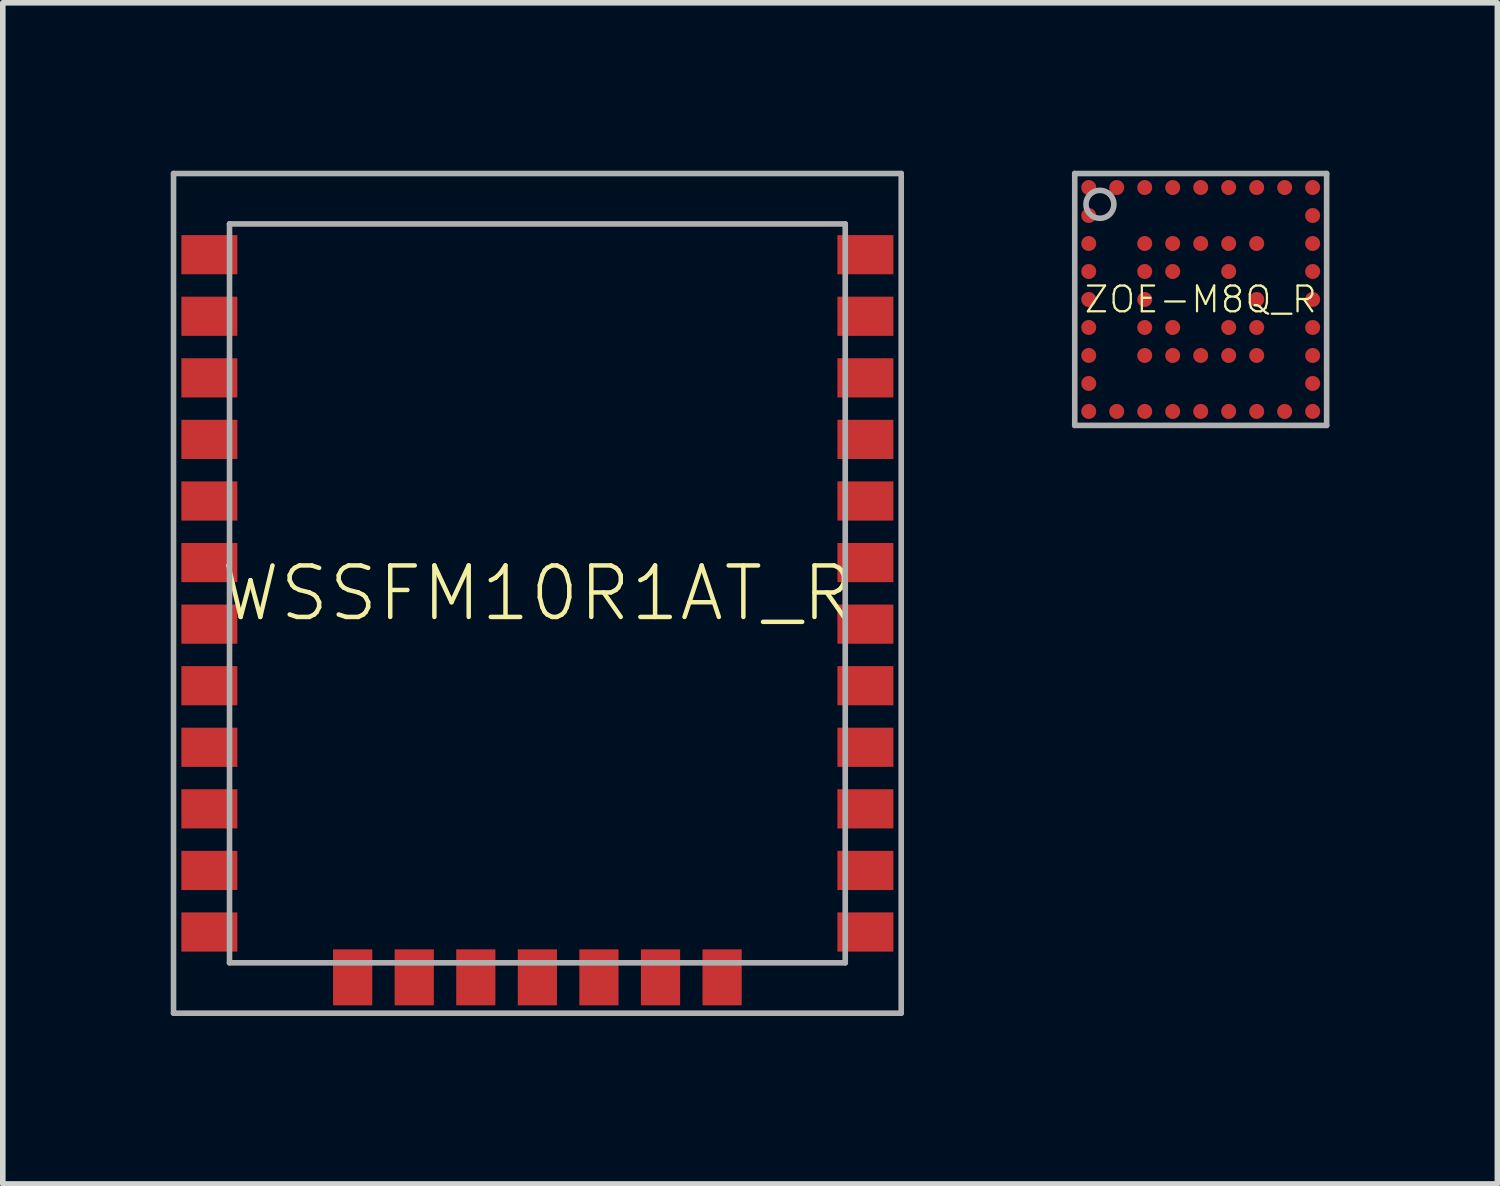
<source format=kicad_pcb>
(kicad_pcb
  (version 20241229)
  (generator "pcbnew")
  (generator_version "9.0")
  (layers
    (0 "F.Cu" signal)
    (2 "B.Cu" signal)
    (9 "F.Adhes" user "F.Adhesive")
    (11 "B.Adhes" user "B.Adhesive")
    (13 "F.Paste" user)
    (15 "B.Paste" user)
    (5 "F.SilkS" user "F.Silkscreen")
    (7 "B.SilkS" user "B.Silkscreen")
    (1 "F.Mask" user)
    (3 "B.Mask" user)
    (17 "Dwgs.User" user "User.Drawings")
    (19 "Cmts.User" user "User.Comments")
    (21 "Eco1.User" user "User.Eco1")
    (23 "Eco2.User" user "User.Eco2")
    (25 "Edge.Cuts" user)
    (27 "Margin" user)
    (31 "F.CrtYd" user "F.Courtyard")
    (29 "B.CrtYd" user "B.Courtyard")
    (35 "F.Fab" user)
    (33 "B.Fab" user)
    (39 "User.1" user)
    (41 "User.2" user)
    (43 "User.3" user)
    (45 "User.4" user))
  (footprint "ZOE-M8Q_R"
    (layer "F.Cu")
    (at 18.4 2.3)
    (property "Reference" "ZOE-M8Q_R" (at 0 0 0) (unlocked yes) (layer "F.SilkS") (effects (font (size 0.46 0.46) (thickness 0.04))))
    (fp_circle (center -2 -2) (end -1.907 -2) (stroke (width 0.185) (type solid)) (fill yes) (layer "F.Mask"))
    (fp_circle (center -2 -1.5) (end -1.907 -1.5) (stroke (width 0.185) (type solid)) (fill yes) (layer "F.Mask"))
    (fp_circle (center -2 -1) (end -1.907 -1) (stroke (width 0.185) (type solid)) (fill yes) (layer "F.Mask"))
    (fp_circle (center -2 -0.5) (end -1.907 -0.5) (stroke (width 0.185) (type solid)) (fill yes) (layer "F.Mask"))
    (fp_circle (center -2 0) (end -1.907 0) (stroke (width 0.185) (type solid)) (fill yes) (layer "F.Mask"))
    (fp_circle (center -2 0.5) (end -1.907 0.5) (stroke (width 0.185) (type solid)) (fill yes) (layer "F.Mask"))
    (fp_circle (center -2 1) (end -1.907 1) (stroke (width 0.185) (type solid)) (fill yes) (layer "F.Mask"))
    (fp_circle (center -2 1.5) (end -1.907 1.5) (stroke (width 0.185) (type solid)) (fill yes) (layer "F.Mask"))
    (fp_circle (center -2 2) (end -1.907 2) (stroke (width 0.185) (type solid)) (fill yes) (layer "F.Mask"))
    (fp_circle (center -1.5 -2) (end -1.407 -2) (stroke (width 0.185) (type solid)) (fill yes) (layer "F.Mask"))
    (fp_circle (center -1.5 2) (end -1.407 2) (stroke (width 0.185) (type solid)) (fill yes) (layer "F.Mask"))
    (fp_circle (center -1 -2) (end -0.907 -2) (stroke (width 0.185) (type solid)) (fill yes) (layer "F.Mask"))
    (fp_circle (center -1 -1) (end -0.907 -1) (stroke (width 0.185) (type solid)) (fill yes) (layer "F.Mask"))
    (fp_circle (center -1 -0.5) (end -0.907 -0.5) (stroke (width 0.185) (type solid)) (fill yes) (layer "F.Mask"))
    (fp_circle (center -1 0) (end -0.907 0) (stroke (width 0.185) (type solid)) (fill yes) (layer "F.Mask"))
    (fp_circle (center -1 0.5) (end -0.907 0.5) (stroke (width 0.185) (type solid)) (fill yes) (layer "F.Mask"))
    (fp_circle (center -1 1) (end -0.907 1) (stroke (width 0.185) (type solid)) (fill yes) (layer "F.Mask"))
    (fp_circle (center -1 2) (end -0.907 2) (stroke (width 0.185) (type solid)) (fill yes) (layer "F.Mask"))
    (fp_circle (center -0.5 -2) (end -0.407 -2) (stroke (width 0.185) (type solid)) (fill yes) (layer "F.Mask"))
    (fp_circle (center -0.5 -1) (end -0.407 -1) (stroke (width 0.185) (type solid)) (fill yes) (layer "F.Mask"))
    (fp_circle (center -0.5 -0.5) (end -0.407 -0.5) (stroke (width 0.185) (type solid)) (fill yes) (layer "F.Mask"))
    (fp_circle (center -0.5 0.5) (end -0.407 0.5) (stroke (width 0.185) (type solid)) (fill yes) (layer "F.Mask"))
    (fp_circle (center -0.5 1) (end -0.407 1) (stroke (width 0.185) (type solid)) (fill yes) (layer "F.Mask"))
    (fp_circle (center -0.5 2) (end -0.407 2) (stroke (width 0.185) (type solid)) (fill yes) (layer "F.Mask"))
    (fp_circle (center 0 -2) (end 0.092 -2) (stroke (width 0.185) (type solid)) (fill yes) (layer "F.Mask"))
    (fp_circle (center 0 -1) (end 0.092 -1) (stroke (width 0.185) (type solid)) (fill yes) (layer "F.Mask"))
    (fp_circle (center 0 1) (end 0.092 1) (stroke (width 0.185) (type solid)) (fill yes) (layer "F.Mask"))
    (fp_circle (center 0 2) (end 0.092 2) (stroke (width 0.185) (type solid)) (fill yes) (layer "F.Mask"))
    (fp_circle (center 0.5 -2) (end 0.593 -2) (stroke (width 0.185) (type solid)) (fill yes) (layer "F.Mask"))
    (fp_circle (center 0.5 -1) (end 0.593 -1) (stroke (width 0.185) (type solid)) (fill yes) (layer "F.Mask"))
    (fp_circle (center 0.5 -0.5) (end 0.593 -0.5) (stroke (width 0.185) (type solid)) (fill yes) (layer "F.Mask"))
    (fp_circle (center 0.5 0.5) (end 0.593 0.5) (stroke (width 0.185) (type solid)) (fill yes) (layer "F.Mask"))
    (fp_circle (center 0.5 1) (end 0.593 1) (stroke (width 0.185) (type solid)) (fill yes) (layer "F.Mask"))
    (fp_circle (center 0.5 2) (end 0.593 2) (stroke (width 0.185) (type solid)) (fill yes) (layer "F.Mask"))
    (fp_circle (center 1 -2) (end 1.093 -2) (stroke (width 0.185) (type solid)) (fill yes) (layer "F.Mask"))
    (fp_circle (center 1 -1) (end 1.093 -1) (stroke (width 0.185) (type solid)) (fill yes) (layer "F.Mask"))
    (fp_circle (center 1 0) (end 1.093 0) (stroke (width 0.185) (type solid)) (fill yes) (layer "F.Mask"))
    (fp_circle (center 1 0.5) (end 1.093 0.5) (stroke (width 0.185) (type solid)) (fill yes) (layer "F.Mask"))
    (fp_circle (center 1 1) (end 1.093 1) (stroke (width 0.185) (type solid)) (fill yes) (layer "F.Mask"))
    (fp_circle (center 1 2) (end 1.093 2) (stroke (width 0.185) (type solid)) (fill yes) (layer "F.Mask"))
    (fp_circle (center 1.5 -2) (end 1.593 -2) (stroke (width 0.185) (type solid)) (fill yes) (layer "F.Mask"))
    (fp_circle (center 1.5 2) (end 1.593 2) (stroke (width 0.185) (type solid)) (fill yes) (layer "F.Mask"))
    (fp_circle (center 2 -2) (end 2.092 -2) (stroke (width 0.185) (type solid)) (fill yes) (layer "F.Mask"))
    (fp_circle (center 2 -1.5) (end 2.092 -1.5) (stroke (width 0.185) (type solid)) (fill yes) (layer "F.Mask"))
    (fp_circle (center 2 -1) (end 2.092 -1) (stroke (width 0.185) (type solid)) (fill yes) (layer "F.Mask"))
    (fp_circle (center 2 -0.5) (end 2.092 -0.5) (stroke (width 0.185) (type solid)) (fill yes) (layer "F.Mask"))
    (fp_circle (center 2 0) (end 2.092 0) (stroke (width 0.185) (type solid)) (fill yes) (layer "F.Mask"))
    (fp_circle (center 2 0.5) (end 2.092 0.5) (stroke (width 0.185) (type solid)) (fill yes) (layer "F.Mask"))
    (fp_circle (center 2 1) (end 2.092 1) (stroke (width 0.185) (type solid)) (fill yes) (layer "F.Mask"))
    (fp_circle (center 2 1.5) (end 2.092 1.5) (stroke (width 0.185) (type solid)) (fill yes) (layer "F.Mask"))
    (fp_circle (center 2 2) (end 2.092 2) (stroke (width 0.185) (type solid)) (fill yes) (layer "F.Mask"))
    (fp_line (start -2.25 -2.25) (end -2.25 2.25) (stroke (width 0.1) (type solid)) (layer "F.Fab"))
    (fp_line (start -2.25 2.25) (end 2.25 2.25) (stroke (width 0.1) (type solid)) (layer "F.Fab"))
    (fp_line (start 2.25 -2.25) (end -2.25 -2.25) (stroke (width 0.1) (type solid)) (layer "F.Fab"))
    (fp_line (start 2.25 2.25) (end 2.25 -2.25) (stroke (width 0.1) (type solid)) (layer "F.Fab"))
    (fp_circle (center -1.8 -1.7) (end -1.55 -1.7) (stroke (width 0.1) (type solid)) (fill no) (layer "F.Fab"))
    (pad "A1" smd roundrect (at -2 -2) (size 0.27 0.27) (layers "F.Cu" "F.Paste") (roundrect_rratio 0.5))
    (pad "A2" smd roundrect (at -1.5 -2) (size 0.27 0.27) (layers "F.Cu" "F.Paste") (roundrect_rratio 0.5))
    (pad "A3" smd roundrect (at -1 -2) (size 0.27 0.27) (layers "F.Cu" "F.Paste") (roundrect_rratio 0.5))
    (pad "A4" smd roundrect (at -0.5 -2) (size 0.27 0.27) (layers "F.Cu" "F.Paste") (roundrect_rratio 0.5))
    (pad "A5" smd roundrect (at 0 -2) (size 0.27 0.27) (layers "F.Cu" "F.Paste") (roundrect_rratio 0.5))
    (pad "A6" smd roundrect (at 0.5 -2) (size 0.27 0.27) (layers "F.Cu" "F.Paste") (roundrect_rratio 0.5))
    (pad "A7" smd roundrect (at 1 -2) (size 0.27 0.27) (layers "F.Cu" "F.Paste") (roundrect_rratio 0.5))
    (pad "A8" smd roundrect (at 1.5 -2) (size 0.27 0.27) (layers "F.Cu" "F.Paste") (roundrect_rratio 0.5))
    (pad "A9" smd roundrect (at 2 -2) (size 0.27 0.27) (layers "F.Cu" "F.Paste") (roundrect_rratio 0.5))
    (pad "B1" smd roundrect (at -2 -1.5) (size 0.27 0.27) (layers "F.Cu" "F.Paste") (roundrect_rratio 0.5))
    (pad "B9" smd roundrect (at 2 -1.5) (size 0.27 0.27) (layers "F.Cu" "F.Paste") (roundrect_rratio 0.5))
    (pad "C1" smd roundrect (at -2 -1) (size 0.27 0.27) (layers "F.Cu" "F.Paste") (roundrect_rratio 0.5))
    (pad "C3" smd roundrect (at -1 -1) (size 0.27 0.27) (layers "F.Cu" "F.Paste") (roundrect_rratio 0.5))
    (pad "C4" smd roundrect (at -0.5 -1) (size 0.27 0.27) (layers "F.Cu" "F.Paste") (roundrect_rratio 0.5))
    (pad "C5" smd roundrect (at 0 -1) (size 0.27 0.27) (layers "F.Cu" "F.Paste") (roundrect_rratio 0.5))
    (pad "C6" smd roundrect (at 0.5 -1) (size 0.27 0.27) (layers "F.Cu" "F.Paste") (roundrect_rratio 0.5))
    (pad "C7" smd roundrect (at 1 -1) (size 0.27 0.27) (layers "F.Cu" "F.Paste") (roundrect_rratio 0.5))
    (pad "C9" smd roundrect (at 2 -1) (size 0.27 0.27) (layers "F.Cu" "F.Paste") (roundrect_rratio 0.5))
    (pad "D1" smd roundrect (at -2 -0.5) (size 0.27 0.27) (layers "F.Cu" "F.Paste") (roundrect_rratio 0.5))
    (pad "D3" smd roundrect (at -1 -0.5) (size 0.27 0.27) (layers "F.Cu" "F.Paste") (roundrect_rratio 0.5))
    (pad "D4" smd roundrect (at -0.5 -0.5) (size 0.27 0.27) (layers "F.Cu" "F.Paste") (roundrect_rratio 0.5))
    (pad "D6" smd roundrect (at 0.5 -0.5) (size 0.27 0.27) (layers "F.Cu" "F.Paste") (roundrect_rratio 0.5))
    (pad "D9" smd roundrect (at 2 -0.5) (size 0.27 0.27) (layers "F.Cu" "F.Paste") (roundrect_rratio 0.5))
    (pad "E1" smd roundrect (at -2 0) (size 0.27 0.27) (layers "F.Cu" "F.Paste") (roundrect_rratio 0.5))
    (pad "E3" smd roundrect (at -1 0) (size 0.27 0.27) (layers "F.Cu" "F.Paste") (roundrect_rratio 0.5))
    (pad "E7" smd roundrect (at 1 0) (size 0.27 0.27) (layers "F.Cu" "F.Paste") (roundrect_rratio 0.5))
    (pad "E9" smd roundrect (at 2 0) (size 0.27 0.27) (layers "F.Cu" "F.Paste") (roundrect_rratio 0.5))
    (pad "F1" smd roundrect (at -2 0.5) (size 0.27 0.27) (layers "F.Cu" "F.Paste") (roundrect_rratio 0.5))
    (pad "F3" smd roundrect (at -1 0.5) (size 0.27 0.27) (layers "F.Cu" "F.Paste") (roundrect_rratio 0.5))
    (pad "F4" smd roundrect (at -0.5 0.5) (size 0.27 0.27) (layers "F.Cu" "F.Paste") (roundrect_rratio 0.5))
    (pad "F6" smd roundrect (at 0.5 0.5) (size 0.27 0.27) (layers "F.Cu" "F.Paste") (roundrect_rratio 0.5))
    (pad "F7" smd roundrect (at 1 0.5) (size 0.27 0.27) (layers "F.Cu" "F.Paste") (roundrect_rratio 0.5))
    (pad "F9" smd roundrect (at 2 0.5) (size 0.27 0.27) (layers "F.Cu" "F.Paste") (roundrect_rratio 0.5))
    (pad "G1" smd roundrect (at -2 1) (size 0.27 0.27) (layers "F.Cu" "F.Paste") (roundrect_rratio 0.5))
    (pad "G3" smd roundrect (at -1 1) (size 0.27 0.27) (layers "F.Cu" "F.Paste") (roundrect_rratio 0.5))
    (pad "G4" smd roundrect (at -0.5 1) (size 0.27 0.27) (layers "F.Cu" "F.Paste") (roundrect_rratio 0.5))
    (pad "G5" smd roundrect (at 0 1) (size 0.27 0.27) (layers "F.Cu" "F.Paste") (roundrect_rratio 0.5))
    (pad "G6" smd roundrect (at 0.5 1) (size 0.27 0.27) (layers "F.Cu" "F.Paste") (roundrect_rratio 0.5))
    (pad "G7" smd roundrect (at 1 1) (size 0.27 0.27) (layers "F.Cu" "F.Paste") (roundrect_rratio 0.5))
    (pad "G9" smd roundrect (at 2 1) (size 0.27 0.27) (layers "F.Cu" "F.Paste") (roundrect_rratio 0.5))
    (pad "H1" smd roundrect (at -2 1.5) (size 0.27 0.27) (layers "F.Cu" "F.Paste") (roundrect_rratio 0.5))
    (pad "H9" smd roundrect (at 2 1.5) (size 0.27 0.27) (layers "F.Cu" "F.Paste") (roundrect_rratio 0.5))
    (pad "J1" smd roundrect (at -2 2) (size 0.27 0.27) (layers "F.Cu" "F.Paste") (roundrect_rratio 0.5))
    (pad "J2" smd roundrect (at -1.5 2) (size 0.27 0.27) (layers "F.Cu" "F.Paste") (roundrect_rratio 0.5))
    (pad "J3" smd roundrect (at -1 2) (size 0.27 0.27) (layers "F.Cu" "F.Paste") (roundrect_rratio 0.5))
    (pad "J4" smd roundrect (at -0.5 2) (size 0.27 0.27) (layers "F.Cu" "F.Paste") (roundrect_rratio 0.5))
    (pad "J5" smd roundrect (at 0 2) (size 0.27 0.27) (layers "F.Cu" "F.Paste") (roundrect_rratio 0.5))
    (pad "J6" smd roundrect (at 0.5 2) (size 0.27 0.27) (layers "F.Cu" "F.Paste") (roundrect_rratio 0.5))
    (pad "J7" smd roundrect (at 1 2) (size 0.27 0.27) (layers "F.Cu" "F.Paste") (roundrect_rratio 0.5))
    (pad "J8" smd roundrect (at 1.5 2) (size 0.27 0.27) (layers "F.Cu" "F.Paste") (roundrect_rratio 0.5))
    (pad "J9" smd roundrect (at 2 2) (size 0.27 0.27) (layers "F.Cu" "F.Paste") (roundrect_rratio 0.5)))
  (footprint "WSSFM10R1AT_R"
    (layer "F.Cu")
    (at 6.55 7.55)
    (property "Reference" "WSSFM10R1AT_R" (at 0 0 0) (unlocked yes) (layer "F.SilkS") (effects (font (size 0.92 0.92) (thickness 0.08))))
    (fp_line (start -6.5 -7.5) (end -6.5 7.5) (stroke (width 0.1) (type solid)) (layer "F.Fab"))
    (fp_line (start -6.5 7.5) (end 6.5 7.5) (stroke (width 0.1) (type solid)) (layer "F.Fab"))
    (fp_line (start -5.5 -6.6) (end -5.5 6.6) (stroke (width 0.1) (type solid)) (layer "F.Fab"))
    (fp_line (start -5.5 6.6) (end 5.5 6.6) (stroke (width 0.1) (type solid)) (layer "F.Fab"))
    (fp_line (start 5.5 -6.6) (end -5.5 -6.6) (stroke (width 0.1) (type solid)) (layer "F.Fab"))
    (fp_line (start 5.5 6.6) (end 5.5 -6.6) (stroke (width 0.1) (type solid)) (layer "F.Fab"))
    (fp_line (start 6.5 -7.5) (end -6.5 -7.5) (stroke (width 0.1) (type solid)) (layer "F.Fab"))
    (fp_line (start 6.5 7.5) (end 6.5 -7.5) (stroke (width 0.1) (type solid)) (layer "F.Fab"))
    (pad "1" smd rect (at -5.86 -6.05) (size 1 0.7) (layers "F.Cu" "F.Mask" "F.Paste"))
    (pad "2" smd rect (at -5.86 -4.95) (size 1 0.7) (layers "F.Cu" "F.Mask" "F.Paste"))
    (pad "3" smd rect (at -5.86 -3.85) (size 1 0.7) (layers "F.Cu" "F.Mask" "F.Paste"))
    (pad "4" smd rect (at -5.86 -2.75) (size 1 0.7) (layers "F.Cu" "F.Mask" "F.Paste"))
    (pad "5" smd rect (at -5.86 -1.65) (size 1 0.7) (layers "F.Cu" "F.Mask" "F.Paste"))
    (pad "6" smd rect (at -5.86 -0.55) (size 1 0.7) (layers "F.Cu" "F.Mask" "F.Paste"))
    (pad "7" smd rect (at -5.86 0.55) (size 1 0.7) (layers "F.Cu" "F.Mask" "F.Paste"))
    (pad "8" smd rect (at -5.86 1.65) (size 1 0.7) (layers "F.Cu" "F.Mask" "F.Paste"))
    (pad "9" smd rect (at -5.86 2.75) (size 1 0.7) (layers "F.Cu" "F.Mask" "F.Paste"))
    (pad "10" smd rect (at -5.86 3.85) (size 1 0.7) (layers "F.Cu" "F.Mask" "F.Paste"))
    (pad "11" smd rect (at -5.86 4.95) (size 1 0.7) (layers "F.Cu" "F.Mask" "F.Paste"))
    (pad "12" smd rect (at -5.86 6.05) (size 1 0.7) (layers "F.Cu" "F.Mask" "F.Paste"))
    (pad "13" smd rect (at -3.3 6.86 90) (size 1 0.7) (layers "F.Cu" "F.Mask" "F.Paste"))
    (pad "14" smd rect (at -2.2 6.86 90) (size 1 0.7) (layers "F.Cu" "F.Mask" "F.Paste"))
    (pad "15" smd rect (at -1.1 6.86 90) (size 1 0.7) (layers "F.Cu" "F.Mask" "F.Paste"))
    (pad "16" smd rect (at 0 6.86 90) (size 1 0.7) (layers "F.Cu" "F.Mask" "F.Paste"))
    (pad "17" smd rect (at 1.1 6.86 90) (size 1 0.7) (layers "F.Cu" "F.Mask" "F.Paste"))
    (pad "18" smd rect (at 2.2 6.86 90) (size 1 0.7) (layers "F.Cu" "F.Mask" "F.Paste"))
    (pad "19" smd rect (at 3.3 6.86 90) (size 1 0.7) (layers "F.Cu" "F.Mask" "F.Paste"))
    (pad "20" smd rect (at 5.86 6.05 180) (size 1 0.7) (layers "F.Cu" "F.Mask" "F.Paste"))
    (pad "21" smd rect (at 5.86 4.95 180) (size 1 0.7) (layers "F.Cu" "F.Mask" "F.Paste"))
    (pad "22" smd rect (at 5.86 3.85 180) (size 1 0.7) (layers "F.Cu" "F.Mask" "F.Paste"))
    (pad "23" smd rect (at 5.86 2.75 180) (size 1 0.7) (layers "F.Cu" "F.Mask" "F.Paste"))
    (pad "24" smd rect (at 5.86 1.65 180) (size 1 0.7) (layers "F.Cu" "F.Mask" "F.Paste"))
    (pad "25" smd rect (at 5.86 0.55 180) (size 1 0.7) (layers "F.Cu" "F.Mask" "F.Paste"))
    (pad "26" smd rect (at 5.86 -0.55 180) (size 1 0.7) (layers "F.Cu" "F.Mask" "F.Paste"))
    (pad "27" smd rect (at 5.86 -1.65 180) (size 1 0.7) (layers "F.Cu" "F.Mask" "F.Paste"))
    (pad "28" smd rect (at 5.86 -2.75 180) (size 1 0.7) (layers "F.Cu" "F.Mask" "F.Paste"))
    (pad "29" smd rect (at 5.86 -3.85 180) (size 1 0.7) (layers "F.Cu" "F.Mask" "F.Paste"))
    (pad "30" smd rect (at 5.86 -4.95 180) (size 1 0.7) (layers "F.Cu" "F.Mask" "F.Paste"))
    (pad "31" smd rect (at 5.86 -6.05 180) (size 1 0.7) (layers "F.Cu" "F.Mask" "F.Paste")))
  (gr_rect
    (start -3 -3)
    (end 23.7 18.1)
    (stroke (width 0.1) (type default))
    (fill no)
    (layer "Edge.Cuts")))
</source>
